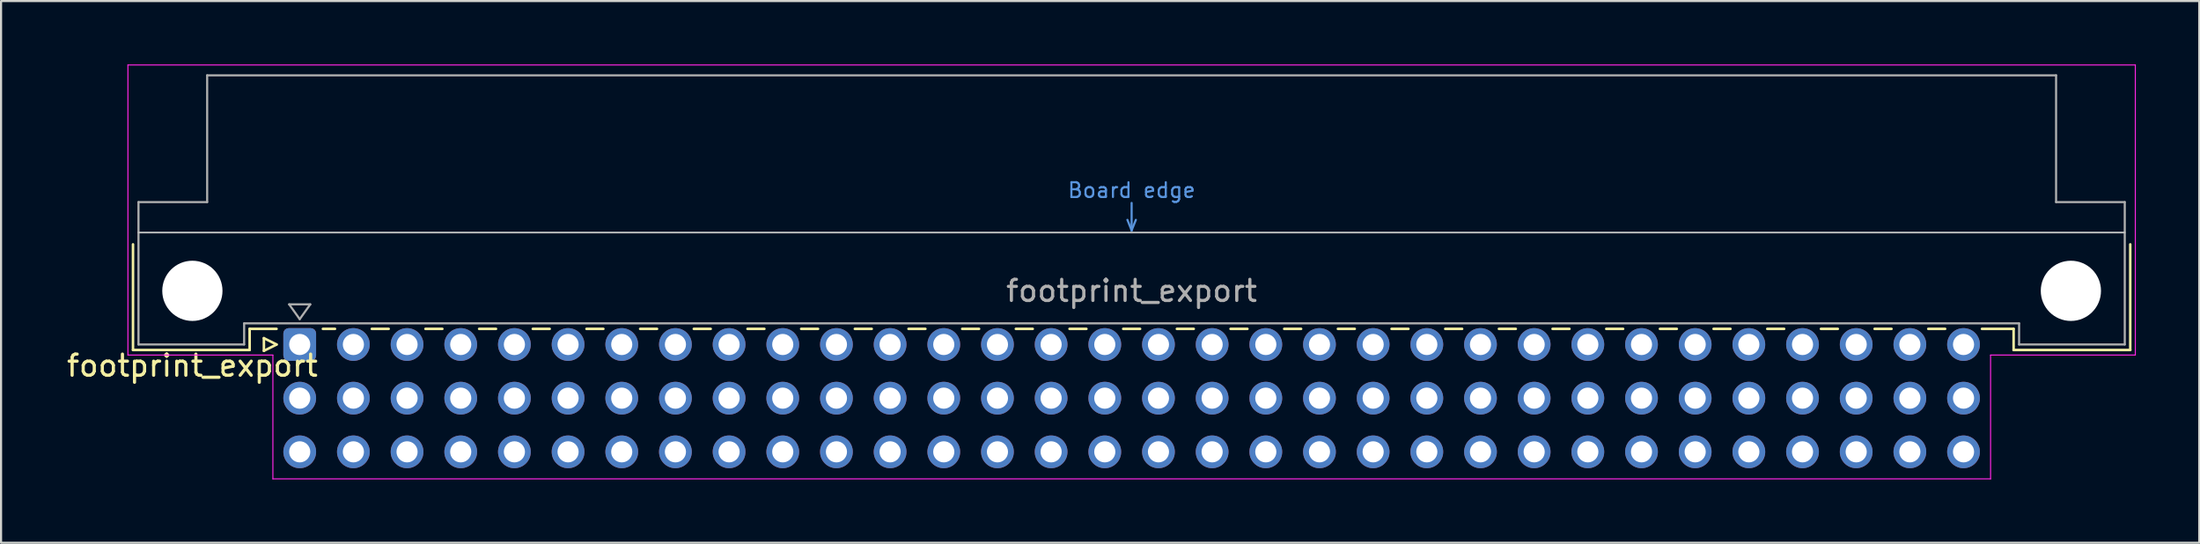
<source format=kicad_pcb>
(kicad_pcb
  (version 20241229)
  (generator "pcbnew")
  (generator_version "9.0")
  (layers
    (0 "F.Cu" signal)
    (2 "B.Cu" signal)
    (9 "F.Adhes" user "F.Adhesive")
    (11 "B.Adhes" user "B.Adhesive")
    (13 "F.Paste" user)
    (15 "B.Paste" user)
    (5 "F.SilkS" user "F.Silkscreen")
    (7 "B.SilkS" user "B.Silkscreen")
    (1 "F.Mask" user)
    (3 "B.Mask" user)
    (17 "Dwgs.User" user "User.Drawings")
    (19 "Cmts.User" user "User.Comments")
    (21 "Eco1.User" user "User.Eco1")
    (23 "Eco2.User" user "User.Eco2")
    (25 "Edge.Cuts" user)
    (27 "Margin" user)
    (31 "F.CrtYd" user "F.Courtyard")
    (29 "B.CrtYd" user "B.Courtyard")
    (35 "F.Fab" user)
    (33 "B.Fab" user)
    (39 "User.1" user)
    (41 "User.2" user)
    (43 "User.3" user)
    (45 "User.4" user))
  (footprint "footprint_export"
    (layer "F.Cu")
    (at 11.134 13.255)
    (property "Reference" "footprint_export" (at -5.08 1 0) (layer "F.SilkS") (effects (font (size 1 1) (thickness 0.15))))
    (attr through_hole)
    (fp_line (start -7.89 -4.74) (end -7.89 0.26) (stroke (width 0.12) (type solid)) (layer "F.SilkS"))
    (fp_line (start -7.89 0.26) (end -2.37 0.26) (stroke (width 0.12) (type solid)) (layer "F.SilkS"))
    (fp_line (start -2.371 -0.74) (end -1.095 -0.74) (stroke (width 0.12) (type solid)) (layer "F.SilkS"))
    (fp_line (start -2.37 0.26) (end -2.37 -0.74) (stroke (width 0.12) (type solid)) (layer "F.SilkS"))
    (fp_line (start -1.695 -0.3) (end -1.695 0.3) (stroke (width 0.12) (type solid)) (layer "F.SilkS"))
    (fp_line (start -1.695 0.3) (end -1.095 0) (stroke (width 0.12) (type solid)) (layer "F.SilkS"))
    (fp_line (start -1.095 0) (end -1.695 -0.3) (stroke (width 0.12) (type solid)) (layer "F.SilkS"))
    (fp_line (start 1.095 -0.74) (end 1.671 -0.74) (stroke (width 0.12) (type solid)) (layer "F.SilkS"))
    (fp_line (start 3.41 -0.74) (end 4.211 -0.74) (stroke (width 0.12) (type solid)) (layer "F.SilkS"))
    (fp_line (start 5.95 -0.74) (end 6.751 -0.74) (stroke (width 0.12) (type solid)) (layer "F.SilkS"))
    (fp_line (start 8.49 -0.74) (end 9.291 -0.74) (stroke (width 0.12) (type solid)) (layer "F.SilkS"))
    (fp_line (start 11.03 -0.74) (end 11.831 -0.74) (stroke (width 0.12) (type solid)) (layer "F.SilkS"))
    (fp_line (start 13.57 -0.74) (end 14.371 -0.74) (stroke (width 0.12) (type solid)) (layer "F.SilkS"))
    (fp_line (start 16.11 -0.74) (end 16.911 -0.74) (stroke (width 0.12) (type solid)) (layer "F.SilkS"))
    (fp_line (start 18.65 -0.74) (end 19.451 -0.74) (stroke (width 0.12) (type solid)) (layer "F.SilkS"))
    (fp_line (start 21.19 -0.74) (end 21.991 -0.74) (stroke (width 0.12) (type solid)) (layer "F.SilkS"))
    (fp_line (start 23.73 -0.74) (end 24.531 -0.74) (stroke (width 0.12) (type solid)) (layer "F.SilkS"))
    (fp_line (start 26.27 -0.74) (end 27.071 -0.74) (stroke (width 0.12) (type solid)) (layer "F.SilkS"))
    (fp_line (start 28.81 -0.74) (end 29.611 -0.74) (stroke (width 0.12) (type solid)) (layer "F.SilkS"))
    (fp_line (start 31.35 -0.74) (end 32.151 -0.74) (stroke (width 0.12) (type solid)) (layer "F.SilkS"))
    (fp_line (start 33.89 -0.74) (end 34.691 -0.74) (stroke (width 0.12) (type solid)) (layer "F.SilkS"))
    (fp_line (start 36.43 -0.74) (end 37.231 -0.74) (stroke (width 0.12) (type solid)) (layer "F.SilkS"))
    (fp_line (start 38.97 -0.74) (end 39.771 -0.74) (stroke (width 0.12) (type solid)) (layer "F.SilkS"))
    (fp_line (start 41.51 -0.74) (end 42.311 -0.74) (stroke (width 0.12) (type solid)) (layer "F.SilkS"))
    (fp_line (start 44.05 -0.74) (end 44.851 -0.74) (stroke (width 0.12) (type solid)) (layer "F.SilkS"))
    (fp_line (start 46.59 -0.74) (end 47.391 -0.74) (stroke (width 0.12) (type solid)) (layer "F.SilkS"))
    (fp_line (start 49.13 -0.74) (end 49.931 -0.74) (stroke (width 0.12) (type solid)) (layer "F.SilkS"))
    (fp_line (start 51.67 -0.74) (end 52.471 -0.74) (stroke (width 0.12) (type solid)) (layer "F.SilkS"))
    (fp_line (start 54.21 -0.74) (end 55.011 -0.74) (stroke (width 0.12) (type solid)) (layer "F.SilkS"))
    (fp_line (start 56.75 -0.74) (end 57.551 -0.74) (stroke (width 0.12) (type solid)) (layer "F.SilkS"))
    (fp_line (start 59.29 -0.74) (end 60.091 -0.74) (stroke (width 0.12) (type solid)) (layer "F.SilkS"))
    (fp_line (start 61.83 -0.74) (end 62.631 -0.74) (stroke (width 0.12) (type solid)) (layer "F.SilkS"))
    (fp_line (start 64.37 -0.74) (end 65.171 -0.74) (stroke (width 0.12) (type solid)) (layer "F.SilkS"))
    (fp_line (start 66.91 -0.74) (end 67.711 -0.74) (stroke (width 0.12) (type solid)) (layer "F.SilkS"))
    (fp_line (start 69.45 -0.74) (end 70.251 -0.74) (stroke (width 0.12) (type solid)) (layer "F.SilkS"))
    (fp_line (start 71.99 -0.74) (end 72.791 -0.74) (stroke (width 0.12) (type solid)) (layer "F.SilkS"))
    (fp_line (start 74.53 -0.74) (end 75.331 -0.74) (stroke (width 0.12) (type solid)) (layer "F.SilkS"))
    (fp_line (start 77.07 -0.74) (end 77.871 -0.74) (stroke (width 0.12) (type solid)) (layer "F.SilkS"))
    (fp_line (start 79.61 -0.74) (end 81.11 -0.74) (stroke (width 0.12) (type solid)) (layer "F.SilkS"))
    (fp_line (start 81.11 0.26) (end 81.11 -0.74) (stroke (width 0.12) (type solid)) (layer "F.SilkS"))
    (fp_line (start 86.63 -4.74) (end 86.63 0.26) (stroke (width 0.12) (type solid)) (layer "F.SilkS"))
    (fp_line (start 86.63 0.26) (end 81.11 0.26) (stroke (width 0.12) (type solid)) (layer "F.SilkS"))
    (fp_line (start -7.63 -5.3) (end 86.37 -5.3) (stroke (width 0.08) (type solid)) (layer "Dwgs.User"))
    (fp_line (start 39.17 -5.9) (end 39.37 -5.4) (stroke (width 0.1) (type solid)) (layer "Cmts.User"))
    (fp_line (start 39.37 -5.4) (end 39.37 -6.7) (stroke (width 0.1) (type solid)) (layer "Cmts.User"))
    (fp_line (start 39.37 -5.4) (end 39.57 -5.9) (stroke (width 0.1) (type solid)) (layer "Cmts.User"))
    (fp_line (start -8.13 -13.23) (end -8.13 0.5) (stroke (width 0.05) (type solid)) (layer "F.CrtYd"))
    (fp_line (start -8.13 0.5) (end -1.27 0.5) (stroke (width 0.05) (type solid)) (layer "F.CrtYd"))
    (fp_line (start -1.27 0.5) (end -1.27 6.36) (stroke (width 0.05) (type solid)) (layer "F.CrtYd"))
    (fp_line (start -1.27 6.36) (end 80.02 6.36) (stroke (width 0.05) (type solid)) (layer "F.CrtYd"))
    (fp_line (start 80.02 0.5) (end 86.87 0.5) (stroke (width 0.05) (type solid)) (layer "F.CrtYd"))
    (fp_line (start 80.02 6.36) (end 80.02 0.5) (stroke (width 0.05) (type solid)) (layer "F.CrtYd"))
    (fp_line (start 86.87 -13.23) (end -8.13 -13.23) (stroke (width 0.05) (type solid)) (layer "F.CrtYd"))
    (fp_line (start 86.87 0.5) (end 86.87 -13.23) (stroke (width 0.05) (type solid)) (layer "F.CrtYd"))
    (fp_line (start -7.63 -6.74) (end -7.63 0) (stroke (width 0.1) (type solid)) (layer "F.Fab"))
    (fp_line (start -7.63 0) (end -2.63 0) (stroke (width 0.1) (type solid)) (layer "F.Fab"))
    (fp_line (start -4.38 -12.74) (end -4.38 -6.74) (stroke (width 0.1) (type solid)) (layer "F.Fab"))
    (fp_line (start -4.38 -6.74) (end -7.63 -6.74) (stroke (width 0.1) (type solid)) (layer "F.Fab"))
    (fp_line (start -2.63 -1) (end 81.37 -1) (stroke (width 0.1) (type solid)) (layer "F.Fab"))
    (fp_line (start -2.63 0) (end -2.63 -1) (stroke (width 0.1) (type solid)) (layer "F.Fab"))
    (fp_line (start -0.5 -1.9) (end 0.5 -1.9) (stroke (width 0.1) (type solid)) (layer "F.Fab"))
    (fp_line (start 0 -1.2) (end -0.5 -1.9) (stroke (width 0.1) (type solid)) (layer "F.Fab"))
    (fp_line (start 0.5 -1.9) (end 0 -1.2) (stroke (width 0.1) (type solid)) (layer "F.Fab"))
    (fp_line (start 81.37 -1) (end 81.37 0) (stroke (width 0.1) (type solid)) (layer "F.Fab"))
    (fp_line (start 81.37 0) (end 86.37 0) (stroke (width 0.1) (type solid)) (layer "F.Fab"))
    (fp_line (start 83.12 -12.74) (end -4.38 -12.74) (stroke (width 0.1) (type solid)) (layer "F.Fab"))
    (fp_line (start 83.12 -6.74) (end 83.12 -12.74) (stroke (width 0.1) (type solid)) (layer "F.Fab"))
    (fp_line (start 86.37 -6.74) (end 83.12 -6.74) (stroke (width 0.1) (type solid)) (layer "F.Fab"))
    (fp_line (start 86.37 0) (end 86.37 -6.74) (stroke (width 0.1) (type solid)) (layer "F.Fab"))
    (fp_text user "Board edge" (at 39.37 -7.3 0) (layer "Cmts.User") (effects (font (size 0.7 0.7) (thickness 0.1))))
    (fp_text user "${REFERENCE}" (at 39.37 -2.54 0) (layer "F.Fab") (effects (font (size 1 1) (thickness 0.15))))
    (pad "" np_thru_hole circle (at -5.08 -2.54) (size 2.85 2.85) (drill 2.85) (layers "*.Cu" "*.Mask"))
    (pad "" np_thru_hole circle (at 83.82 -2.54) (size 2.85 2.85) (drill 2.85) (layers "*.Cu" "*.Mask"))
    (pad "a1" thru_hole roundrect (at 0 0) (size 1.55 1.55) (drill 1) (layers "*.Cu" "*.Mask") (roundrect_rratio 0.161))
    (pad "a2" thru_hole circle (at 2.54 0) (size 1.55 1.55) (drill 1) (layers "*.Cu" "*.Mask"))
    (pad "a3" thru_hole circle (at 5.08 0) (size 1.55 1.55) (drill 1) (layers "*.Cu" "*.Mask"))
    (pad "a4" thru_hole circle (at 7.62 0) (size 1.55 1.55) (drill 1) (layers "*.Cu" "*.Mask"))
    (pad "a5" thru_hole circle (at 10.16 0) (size 1.55 1.55) (drill 1) (layers "*.Cu" "*.Mask"))
    (pad "a6" thru_hole circle (at 12.7 0) (size 1.55 1.55) (drill 1) (layers "*.Cu" "*.Mask"))
    (pad "a7" thru_hole circle (at 15.24 0) (size 1.55 1.55) (drill 1) (layers "*.Cu" "*.Mask"))
    (pad "a8" thru_hole circle (at 17.78 0) (size 1.55 1.55) (drill 1) (layers "*.Cu" "*.Mask"))
    (pad "a9" thru_hole circle (at 20.32 0) (size 1.55 1.55) (drill 1) (layers "*.Cu" "*.Mask"))
    (pad "a10" thru_hole circle (at 22.86 0) (size 1.55 1.55) (drill 1) (layers "*.Cu" "*.Mask"))
    (pad "a11" thru_hole circle (at 25.4 0) (size 1.55 1.55) (drill 1) (layers "*.Cu" "*.Mask"))
    (pad "a12" thru_hole circle (at 27.94 0) (size 1.55 1.55) (drill 1) (layers "*.Cu" "*.Mask"))
    (pad "a13" thru_hole circle (at 30.48 0) (size 1.55 1.55) (drill 1) (layers "*.Cu" "*.Mask"))
    (pad "a14" thru_hole circle (at 33.02 0) (size 1.55 1.55) (drill 1) (layers "*.Cu" "*.Mask"))
    (pad "a15" thru_hole circle (at 35.56 0) (size 1.55 1.55) (drill 1) (layers "*.Cu" "*.Mask"))
    (pad "a16" thru_hole circle (at 38.1 0) (size 1.55 1.55) (drill 1) (layers "*.Cu" "*.Mask"))
    (pad "a17" thru_hole circle (at 40.64 0) (size 1.55 1.55) (drill 1) (layers "*.Cu" "*.Mask"))
    (pad "a18" thru_hole circle (at 43.18 0) (size 1.55 1.55) (drill 1) (layers "*.Cu" "*.Mask"))
    (pad "a19" thru_hole circle (at 45.72 0) (size 1.55 1.55) (drill 1) (layers "*.Cu" "*.Mask"))
    (pad "a20" thru_hole circle (at 48.26 0) (size 1.55 1.55) (drill 1) (layers "*.Cu" "*.Mask"))
    (pad "a21" thru_hole circle (at 50.8 0) (size 1.55 1.55) (drill 1) (layers "*.Cu" "*.Mask"))
    (pad "a22" thru_hole circle (at 53.34 0) (size 1.55 1.55) (drill 1) (layers "*.Cu" "*.Mask"))
    (pad "a23" thru_hole circle (at 55.88 0) (size 1.55 1.55) (drill 1) (layers "*.Cu" "*.Mask"))
    (pad "a24" thru_hole circle (at 58.42 0) (size 1.55 1.55) (drill 1) (layers "*.Cu" "*.Mask"))
    (pad "a25" thru_hole circle (at 60.96 0) (size 1.55 1.55) (drill 1) (layers "*.Cu" "*.Mask"))
    (pad "a26" thru_hole circle (at 63.5 0) (size 1.55 1.55) (drill 1) (layers "*.Cu" "*.Mask"))
    (pad "a27" thru_hole circle (at 66.04 0) (size 1.55 1.55) (drill 1) (layers "*.Cu" "*.Mask"))
    (pad "a28" thru_hole circle (at 68.58 0) (size 1.55 1.55) (drill 1) (layers "*.Cu" "*.Mask"))
    (pad "a29" thru_hole circle (at 71.12 0) (size 1.55 1.55) (drill 1) (layers "*.Cu" "*.Mask"))
    (pad "a30" thru_hole circle (at 73.66 0) (size 1.55 1.55) (drill 1) (layers "*.Cu" "*.Mask"))
    (pad "a31" thru_hole circle (at 76.2 0) (size 1.55 1.55) (drill 1) (layers "*.Cu" "*.Mask"))
    (pad "a32" thru_hole circle (at 78.74 0) (size 1.55 1.55) (drill 1) (layers "*.Cu" "*.Mask"))
    (pad "b1" thru_hole circle (at 0 2.54) (size 1.55 1.55) (drill 1) (layers "*.Cu" "*.Mask"))
    (pad "b2" thru_hole circle (at 2.54 2.54) (size 1.55 1.55) (drill 1) (layers "*.Cu" "*.Mask"))
    (pad "b3" thru_hole circle (at 5.08 2.54) (size 1.55 1.55) (drill 1) (layers "*.Cu" "*.Mask"))
    (pad "b4" thru_hole circle (at 7.62 2.54) (size 1.55 1.55) (drill 1) (layers "*.Cu" "*.Mask"))
    (pad "b5" thru_hole circle (at 10.16 2.54) (size 1.55 1.55) (drill 1) (layers "*.Cu" "*.Mask"))
    (pad "b6" thru_hole circle (at 12.7 2.54) (size 1.55 1.55) (drill 1) (layers "*.Cu" "*.Mask"))
    (pad "b7" thru_hole circle (at 15.24 2.54) (size 1.55 1.55) (drill 1) (layers "*.Cu" "*.Mask"))
    (pad "b8" thru_hole circle (at 17.78 2.54) (size 1.55 1.55) (drill 1) (layers "*.Cu" "*.Mask"))
    (pad "b9" thru_hole circle (at 20.32 2.54) (size 1.55 1.55) (drill 1) (layers "*.Cu" "*.Mask"))
    (pad "b10" thru_hole circle (at 22.86 2.54) (size 1.55 1.55) (drill 1) (layers "*.Cu" "*.Mask"))
    (pad "b11" thru_hole circle (at 25.4 2.54) (size 1.55 1.55) (drill 1) (layers "*.Cu" "*.Mask"))
    (pad "b12" thru_hole circle (at 27.94 2.54) (size 1.55 1.55) (drill 1) (layers "*.Cu" "*.Mask"))
    (pad "b13" thru_hole circle (at 30.48 2.54) (size 1.55 1.55) (drill 1) (layers "*.Cu" "*.Mask"))
    (pad "b14" thru_hole circle (at 33.02 2.54) (size 1.55 1.55) (drill 1) (layers "*.Cu" "*.Mask"))
    (pad "b15" thru_hole circle (at 35.56 2.54) (size 1.55 1.55) (drill 1) (layers "*.Cu" "*.Mask"))
    (pad "b16" thru_hole circle (at 38.1 2.54) (size 1.55 1.55) (drill 1) (layers "*.Cu" "*.Mask"))
    (pad "b17" thru_hole circle (at 40.64 2.54) (size 1.55 1.55) (drill 1) (layers "*.Cu" "*.Mask"))
    (pad "b18" thru_hole circle (at 43.18 2.54) (size 1.55 1.55) (drill 1) (layers "*.Cu" "*.Mask"))
    (pad "b19" thru_hole circle (at 45.72 2.54) (size 1.55 1.55) (drill 1) (layers "*.Cu" "*.Mask"))
    (pad "b20" thru_hole circle (at 48.26 2.54) (size 1.55 1.55) (drill 1) (layers "*.Cu" "*.Mask"))
    (pad "b21" thru_hole circle (at 50.8 2.54) (size 1.55 1.55) (drill 1) (layers "*.Cu" "*.Mask"))
    (pad "b22" thru_hole circle (at 53.34 2.54) (size 1.55 1.55) (drill 1) (layers "*.Cu" "*.Mask"))
    (pad "b23" thru_hole circle (at 55.88 2.54) (size 1.55 1.55) (drill 1) (layers "*.Cu" "*.Mask"))
    (pad "b24" thru_hole circle (at 58.42 2.54) (size 1.55 1.55) (drill 1) (layers "*.Cu" "*.Mask"))
    (pad "b25" thru_hole circle (at 60.96 2.54) (size 1.55 1.55) (drill 1) (layers "*.Cu" "*.Mask"))
    (pad "b26" thru_hole circle (at 63.5 2.54) (size 1.55 1.55) (drill 1) (layers "*.Cu" "*.Mask"))
    (pad "b27" thru_hole circle (at 66.04 2.54) (size 1.55 1.55) (drill 1) (layers "*.Cu" "*.Mask"))
    (pad "b28" thru_hole circle (at 68.58 2.54) (size 1.55 1.55) (drill 1) (layers "*.Cu" "*.Mask"))
    (pad "b29" thru_hole circle (at 71.12 2.54) (size 1.55 1.55) (drill 1) (layers "*.Cu" "*.Mask"))
    (pad "b30" thru_hole circle (at 73.66 2.54) (size 1.55 1.55) (drill 1) (layers "*.Cu" "*.Mask"))
    (pad "b31" thru_hole circle (at 76.2 2.54) (size 1.55 1.55) (drill 1) (layers "*.Cu" "*.Mask"))
    (pad "b32" thru_hole circle (at 78.74 2.54) (size 1.55 1.55) (drill 1) (layers "*.Cu" "*.Mask"))
    (pad "c1" thru_hole circle (at 0 5.08) (size 1.55 1.55) (drill 1) (layers "*.Cu" "*.Mask"))
    (pad "c2" thru_hole circle (at 2.54 5.08) (size 1.55 1.55) (drill 1) (layers "*.Cu" "*.Mask"))
    (pad "c3" thru_hole circle (at 5.08 5.08) (size 1.55 1.55) (drill 1) (layers "*.Cu" "*.Mask"))
    (pad "c4" thru_hole circle (at 7.62 5.08) (size 1.55 1.55) (drill 1) (layers "*.Cu" "*.Mask"))
    (pad "c5" thru_hole circle (at 10.16 5.08) (size 1.55 1.55) (drill 1) (layers "*.Cu" "*.Mask"))
    (pad "c6" thru_hole circle (at 12.7 5.08) (size 1.55 1.55) (drill 1) (layers "*.Cu" "*.Mask"))
    (pad "c7" thru_hole circle (at 15.24 5.08) (size 1.55 1.55) (drill 1) (layers "*.Cu" "*.Mask"))
    (pad "c8" thru_hole circle (at 17.78 5.08) (size 1.55 1.55) (drill 1) (layers "*.Cu" "*.Mask"))
    (pad "c9" thru_hole circle (at 20.32 5.08) (size 1.55 1.55) (drill 1) (layers "*.Cu" "*.Mask"))
    (pad "c10" thru_hole circle (at 22.86 5.08) (size 1.55 1.55) (drill 1) (layers "*.Cu" "*.Mask"))
    (pad "c11" thru_hole circle (at 25.4 5.08) (size 1.55 1.55) (drill 1) (layers "*.Cu" "*.Mask"))
    (pad "c12" thru_hole circle (at 27.94 5.08) (size 1.55 1.55) (drill 1) (layers "*.Cu" "*.Mask"))
    (pad "c13" thru_hole circle (at 30.48 5.08) (size 1.55 1.55) (drill 1) (layers "*.Cu" "*.Mask"))
    (pad "c14" thru_hole circle (at 33.02 5.08) (size 1.55 1.55) (drill 1) (layers "*.Cu" "*.Mask"))
    (pad "c15" thru_hole circle (at 35.56 5.08) (size 1.55 1.55) (drill 1) (layers "*.Cu" "*.Mask"))
    (pad "c16" thru_hole circle (at 38.1 5.08) (size 1.55 1.55) (drill 1) (layers "*.Cu" "*.Mask"))
    (pad "c17" thru_hole circle (at 40.64 5.08) (size 1.55 1.55) (drill 1) (layers "*.Cu" "*.Mask"))
    (pad "c18" thru_hole circle (at 43.18 5.08) (size 1.55 1.55) (drill 1) (layers "*.Cu" "*.Mask"))
    (pad "c19" thru_hole circle (at 45.72 5.08) (size 1.55 1.55) (drill 1) (layers "*.Cu" "*.Mask"))
    (pad "c20" thru_hole circle (at 48.26 5.08) (size 1.55 1.55) (drill 1) (layers "*.Cu" "*.Mask"))
    (pad "c21" thru_hole circle (at 50.8 5.08) (size 1.55 1.55) (drill 1) (layers "*.Cu" "*.Mask"))
    (pad "c22" thru_hole circle (at 53.34 5.08) (size 1.55 1.55) (drill 1) (layers "*.Cu" "*.Mask"))
    (pad "c23" thru_hole circle (at 55.88 5.08) (size 1.55 1.55) (drill 1) (layers "*.Cu" "*.Mask"))
    (pad "c24" thru_hole circle (at 58.42 5.08) (size 1.55 1.55) (drill 1) (layers "*.Cu" "*.Mask"))
    (pad "c25" thru_hole circle (at 60.96 5.08) (size 1.55 1.55) (drill 1) (layers "*.Cu" "*.Mask"))
    (pad "c26" thru_hole circle (at 63.5 5.08) (size 1.55 1.55) (drill 1) (layers "*.Cu" "*.Mask"))
    (pad "c27" thru_hole circle (at 66.04 5.08) (size 1.55 1.55) (drill 1) (layers "*.Cu" "*.Mask"))
    (pad "c28" thru_hole circle (at 68.58 5.08) (size 1.55 1.55) (drill 1) (layers "*.Cu" "*.Mask"))
    (pad "c29" thru_hole circle (at 71.12 5.08) (size 1.55 1.55) (drill 1) (layers "*.Cu" "*.Mask"))
    (pad "c30" thru_hole circle (at 73.66 5.08) (size 1.55 1.55) (drill 1) (layers "*.Cu" "*.Mask"))
    (pad "c31" thru_hole circle (at 76.2 5.08) (size 1.55 1.55) (drill 1) (layers "*.Cu" "*.Mask"))
    (pad "c32" thru_hole circle (at 78.74 5.08) (size 1.55 1.55) (drill 1) (layers "*.Cu" "*.Mask")))
  (gr_rect
    (start -3 -3)
    (end 101.029 22.64)
    (stroke (width 0.1) (type default))
    (fill no)
    (layer "Edge.Cuts")))
</source>
